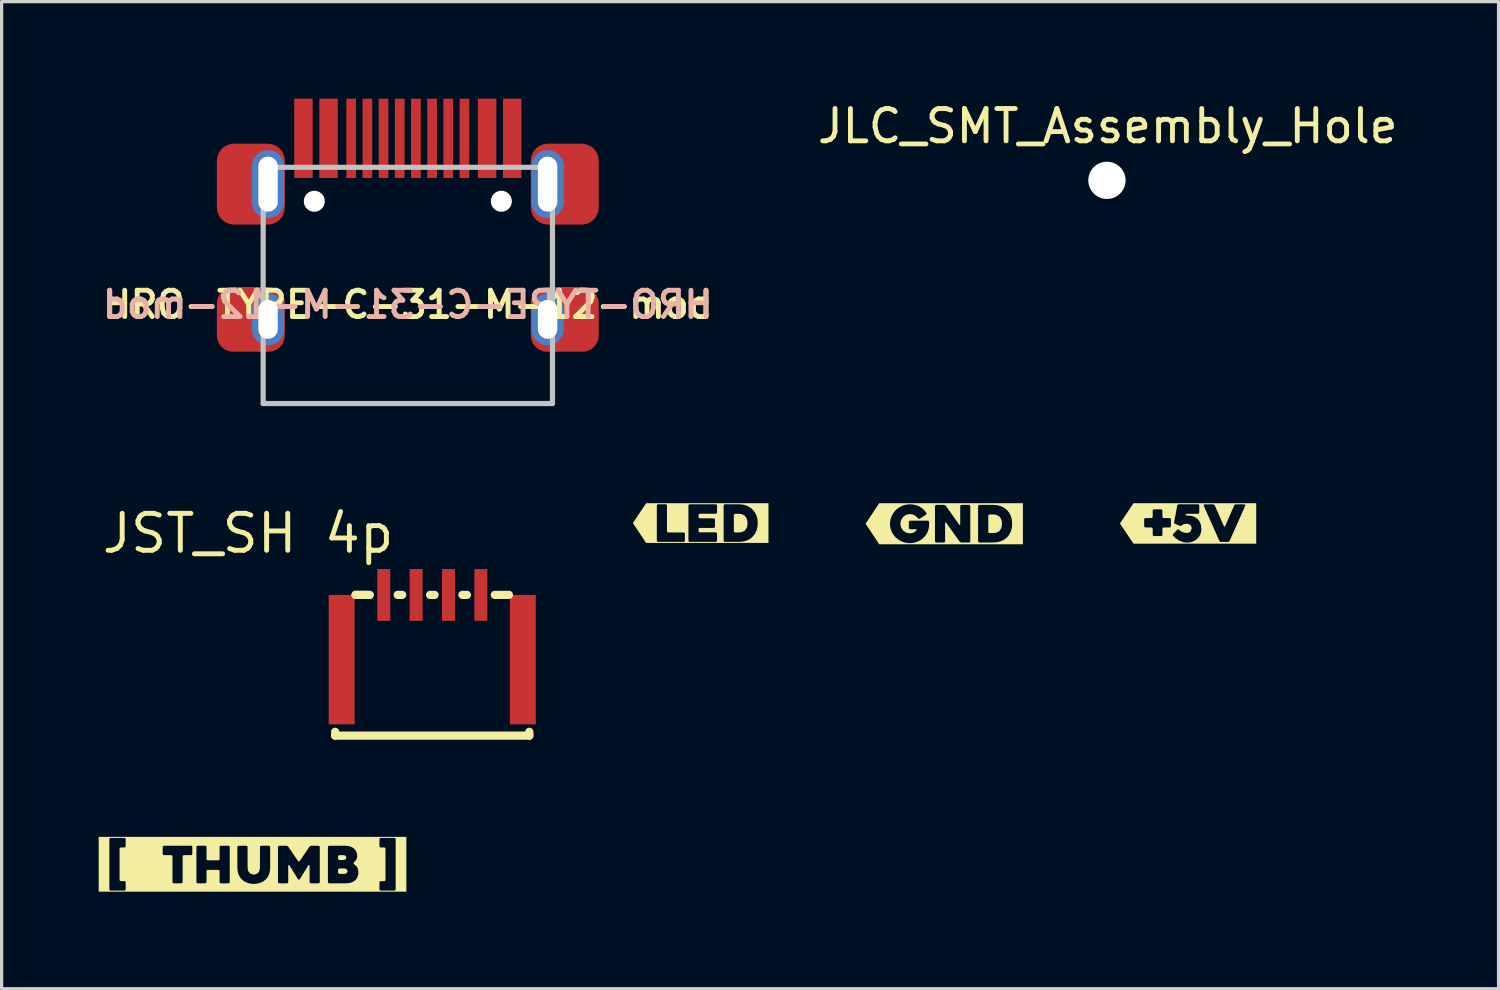
<source format=kicad_pcb>
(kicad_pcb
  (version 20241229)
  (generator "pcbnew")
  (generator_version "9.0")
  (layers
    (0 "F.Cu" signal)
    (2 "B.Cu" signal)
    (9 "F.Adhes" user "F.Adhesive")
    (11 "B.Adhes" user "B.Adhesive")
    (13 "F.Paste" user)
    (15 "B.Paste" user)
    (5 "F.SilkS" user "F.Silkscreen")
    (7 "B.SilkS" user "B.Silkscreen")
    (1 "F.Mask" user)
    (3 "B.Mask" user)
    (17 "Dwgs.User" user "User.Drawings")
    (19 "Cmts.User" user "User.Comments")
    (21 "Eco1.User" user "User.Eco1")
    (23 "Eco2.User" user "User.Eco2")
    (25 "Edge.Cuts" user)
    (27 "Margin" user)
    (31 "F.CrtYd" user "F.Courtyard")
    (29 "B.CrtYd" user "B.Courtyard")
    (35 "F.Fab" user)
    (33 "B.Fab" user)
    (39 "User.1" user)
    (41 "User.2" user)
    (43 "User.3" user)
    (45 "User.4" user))
  (footprint "kibuzzard-63106DCD"
    (layer "F.Cu")
    (at 4.754 23.659)
    (property "Reference" "kibuzzard-63106DCD" (at 0 -0.847 0) (layer "F.SilkS") (effects (font (size 0.001 0.001) (thickness 0.000003))))
    (attr board_only exclude_from_pos_files exclude_from_bom)
    (fp_poly (pts (xy 2.682 -0.133) (xy 2.83 -0.133) (xy 2.881 -0.157) (xy 2.9 -0.212) (xy 2.877 -0.261) (xy 2.833 -0.282) (xy 2.682 -0.282) (xy 2.655 -0.271) (xy 2.644 -0.244) (xy 2.644 -0.171) (xy 2.655 -0.144) (xy 2.682 -0.133)) (stroke (width 0) (type solid)) (fill yes) (layer "F.SilkS"))
    (fp_poly (pts (xy 2.849 0.129) (xy 2.682 0.129) (xy 2.655 0.14) (xy 2.644 0.167) (xy 2.644 0.258) (xy 2.655 0.285) (xy 2.682 0.296) (xy 2.86 0.296) (xy 2.914 0.272) (xy 2.939 0.217) (xy 2.915 0.159) (xy 2.849 0.129)) (stroke (width 0) (type solid)) (fill yes) (layer "F.SilkS"))
    (fp_poly (pts (xy -4.424 -0.847) (xy -4.412 -0.803) (xy -4.385 -0.814) (xy -3.958 -0.814) (xy -3.931 -0.803) (xy -3.92 -0.775) (xy -2.776 -0.32) (xy -2.776 -0.536) (xy -2.765 -0.563) (xy -2.738 -0.574) (xy -1.899 -0.574) (xy -1.872 -0.563) (xy -1.861 -0.536) (xy -1.861 -0.32) (xy -1.872 -0.293) (xy -1.899 -0.282) (xy -1.734 0.55) (xy -1.734 -0.536) (xy -1.724 -0.563) (xy -1.696 -0.574) (xy -1.46 -0.574) (xy -1.433 -0.563) (xy -1.422 -0.536) (xy -1.422 -0.16) (xy -1.411 -0.133) (xy -1.384 -0.121) (xy -1.056 -0.121) (xy -1.029 -0.133) (xy -1.018 -0.16) (xy -1.018 -0.536) (xy -1.008 -0.563) (xy -0.98 -0.574) (xy -0.742 -0.574) (xy -0.715 -0.563) (xy -0.704 -0.536) (xy -0.704 0.55) (xy -0.715 0.577) (xy -0.742 0.588) (xy -0.98 0.588) (xy -1.008 0.577) (xy -1.018 0.55) (xy -1.018 0.21) (xy -1.029 0.183) (xy -1.056 0.172) (xy -1.384 0.172) (xy -1.411 0.183) (xy -1.422 0.21) (xy -1.422 0.55) (xy -1.433 0.577) (xy -1.46 0.588) (xy -1.696 0.588) (xy -1.724 0.577) (xy -1.734 0.55) (xy -1.899 -0.282) (xy -2.122 -0.282) (xy -2.149 -0.271) (xy -2.16 -0.244) (xy -2.16 0.55) (xy -2.17 0.577) (xy -2.198 0.588) (xy -2.436 0.588) (xy -2.463 0.577) (xy -2.474 0.55) (xy -2.474 -0.244) (xy -2.484 -0.271) (xy -2.512 -0.282) (xy -2.738 -0.282) (xy -2.765 -0.293) (xy -2.776 -0.32) (xy -3.92 -0.775) (xy -3.92 -0.558) (xy -3.931 -0.531) (xy -3.958 -0.52) (xy -4.071 -0.52) (xy -4.098 -0.51) (xy -4.109 -0.482) (xy -4.109 0.483) (xy -4.098 0.51) (xy -4.071 0.521) (xy -3.958 0.521) (xy -3.931 0.532) (xy -3.92 0.56) (xy -3.92 0.775) (xy -3.931 0.802) (xy -3.958 0.814) (xy -4.385 0.814) (xy -4.412 0.802) (xy -4.424 0.775) (xy -4.424 -0.775) (xy -4.412 -0.803) (xy -4.424 -0.847) (xy -4.754 -0.847) (xy -4.754 0.847) (xy 3.922 0.775) (xy 3.922 0.56) (xy 3.933 0.532) (xy 3.96 0.521) (xy 4.071 0.521) (xy 4.098 0.51) (xy 4.109 0.483) (xy 4.109 -0.482) (xy 4.098 -0.51) (xy 4.071 -0.52) (xy 3.96 -0.52) (xy 3.933 -0.531) (xy 3.922 -0.558) (xy 3.922 -0.775) (xy 3.933 -0.803) (xy 3.96 -0.814) (xy 4.385 -0.814) (xy 4.412 -0.803) (xy 4.424 -0.775) (xy 4.424 0.775) (xy 4.412 0.802) (xy 4.385 0.814) (xy 3.96 0.814) (xy 3.933 0.802) (xy 3.922 0.775) (xy -4.754 0.847) (xy -4.424 0.847) (xy 4.424 0.847) (xy 4.754 0.847) (xy 4.754 -0.847) (xy 4.424 -0.847) (xy -0.164 -0.561) (xy -0.153 -0.534) (xy -0.153 0.109) (xy -0.133 0.211) (xy -0.084 0.275) (xy -0.021 0.307) (xy 0.039 0.317) (xy 0.099 0.307) (xy 0.161 0.275) (xy 0.21 0.211) (xy 0.229 0.109) (xy 0.229 -0.534) (xy 0.241 -0.561) (xy 0.267 -0.572) (xy 0.507 -0.572) (xy 0.534 -0.561) (xy 0.545 -0.534) (xy 0.787 0.55) (xy 0.787 -0.534) (xy 0.798 -0.561) (xy 0.825 -0.572) (xy 1.047 -0.572) (xy 1.08 -0.563) (xy 1.106 -0.541) (xy 1.41 -0.093) (xy 1.433 -0.08) (xy 1.453 -0.093) (xy 1.758 -0.541) (xy 1.785 -0.563) (xy 1.818 -0.572) (xy 2.041 -0.572) (xy 2.068 -0.561) (xy 2.079 -0.534) (xy 2.33 0.55) (xy 2.33 -0.536) (xy 2.341 -0.563) (xy 2.368 -0.574) (xy 2.847 -0.574) (xy 2.922 -0.57) (xy 2.993 -0.557) (xy 3.059 -0.535) (xy 3.116 -0.502) (xy 3.164 -0.459) (xy 3.202 -0.403) (xy 3.226 -0.335) (xy 3.235 -0.253) (xy 3.226 -0.187) (xy 3.199 -0.129) (xy 3.122 -0.047) (xy 3.125 -0.01) (xy 3.176 0.025) (xy 3.223 0.075) (xy 3.258 0.145) (xy 3.271 0.236) (xy 3.263 0.33) (xy 3.239 0.406) (xy 3.2 0.467) (xy 3.15 0.514) (xy 3.091 0.549) (xy 3.023 0.572) (xy 2.949 0.584) (xy 2.871 0.588) (xy 2.368 0.588) (xy 2.341 0.577) (xy 2.33 0.55) (xy 2.079 -0.534) (xy 2.079 0.55) (xy 2.068 0.577) (xy 2.041 0.588) (xy 1.801 0.588) (xy 1.774 0.577) (xy 1.763 0.55) (xy 1.763 0.039) (xy 1.749 0.021) (xy 1.725 0.033) (xy 1.458 0.463) (xy 1.433 0.475) (xy 1.406 0.463) (xy 1.139 0.033) (xy 1.117 0.021) (xy 1.103 0.039) (xy 1.103 0.55) (xy 1.091 0.577) (xy 1.064 0.588) (xy 0.825 0.588) (xy 0.798 0.577) (xy 0.787 0.55) (xy 0.545 -0.534) (xy 0.545 0.109) (xy 0.536 0.216) (xy 0.51 0.314) (xy 0.466 0.399) (xy 0.407 0.471) (xy 0.334 0.528) (xy 0.247 0.572) (xy 0.148 0.598) (xy 0.039 0.607) (xy -0.07 0.598) (xy -0.169 0.572) (xy -0.256 0.528) (xy -0.329 0.471) (xy -0.389 0.399) (xy -0.433 0.314) (xy -0.46 0.216) (xy -0.469 0.109) (xy -0.469 -0.534) (xy -0.458 -0.561) (xy -0.431 -0.572) (xy -0.191 -0.572) (xy -0.164 -0.561) (xy 4.424 -0.847) (xy -4.424 -0.847)) (stroke (width 0) (type solid)) (fill yes) (layer "F.SilkS")))
  (footprint "JST_SH 4p"
    (layer "F.Cu")
    (at 10.308 16.335)
    (property "Reference" "JST_SH 4p" (at -1.1 -2.9 180) (layer "F.SilkS") (effects (font (size 1.143 1.143) (thickness 0.152)) (justify right)))
    (attr smd)
    (fp_line (start -3 3.349) (end -3 3.23) (stroke (width 0.254) (type solid)) (layer "F.SilkS"))
    (fp_line (start -3 3.349) (end 3 3.349) (stroke (width 0.254) (type solid)) (layer "F.SilkS"))
    (fp_line (start -2.369 -1.001) (end -1.929 -1.001) (stroke (width 0.254) (type solid)) (layer "F.SilkS"))
    (fp_line (start -2 -1.001) (end -2.369 -1.001) (stroke (width 0.254) (type solid)) (layer "F.SilkS"))
    (fp_line (start -1.067 -1.001) (end -0.929 -1.001) (stroke (width 0.254) (type solid)) (layer "F.SilkS"))
    (fp_line (start -0.067 -1.001) (end 0.071 -1.001) (stroke (width 0.254) (type solid)) (layer "F.SilkS"))
    (fp_line (start 0.933 -1.001) (end 1.071 -1.001) (stroke (width 0.254) (type solid)) (layer "F.SilkS"))
    (fp_line (start 1.933 -1.001) (end 2.369 -1.001) (stroke (width 0.254) (type solid)) (layer "F.SilkS"))
    (fp_line (start 3 3.349) (end 3 3.23) (stroke (width 0.254) (type solid)) (layer "F.SilkS"))
    (pad "0" smd rect (at -2.8 0.999) (size 0.8 4) (layers "F.Cu" "F.Mask" "F.Paste"))
    (pad "0" smd rect (at 2.8 0.999) (size 0.8 4) (layers "F.Cu" "F.Mask" "F.Paste"))
    (pad "1" smd rect (at -1.498 -0.999) (size 0.4 1.6) (layers "F.Cu" "F.Mask" "F.Paste"))
    (pad "2" smd rect (at -0.498 -0.999) (size 0.4 1.6) (layers "F.Cu" "F.Mask" "F.Paste"))
    (pad "3" smd rect (at 0.502 -0.999) (size 0.4 1.6) (layers "F.Cu" "F.Mask" "F.Paste"))
    (pad "4" smd rect (at 1.502 -0.999) (size 0.4 1.6) (layers "F.Cu" "F.Mask" "F.Paste")))
  (footprint "JLC_SMT_Assembly_Hole"
    (layer "F.Cu")
    (at 31.183 0.348)
    (property "Reference" "JLC_SMT_Assembly_Hole" (at 0 0.5 0) (layer "F.SilkS") (effects (font (size 1 1) (thickness 0.15))))
    (attr through_hole)
    (pad "" np_thru_hole circle (at -0.025 2.175) (size 1.152 1.152) (drill 1.152) (layers "*.Cu" "*.Mask")))
  (footprint "kibuzzard-6310BE2F"
    (layer "F.Cu")
    (at 18.603 13.115)
    (property "Reference" "kibuzzard-6310BE2F" (at 0 -0.615 0) (layer "F.SilkS") (effects (font (size 0.001 0.001) (thickness 0.000003))))
    (attr board_only exclude_from_pos_files exclude_from_bom)
    (fp_poly (pts (xy 1.063 0.289) (xy 1.182 0.289) (xy 1.274 0.278) (xy 1.36 0.236) (xy 1.422 0.148) (xy 1.441 0.084) (xy 1.447 0.002) (xy 1.441 -0.08) (xy 1.422 -0.145) (xy 1.359 -0.233) (xy 1.273 -0.275) (xy 1.182 -0.286) (xy 1.063 -0.286) (xy 1.036 -0.275) (xy 1.025 -0.248) (xy 1.025 0.251) (xy 1.036 0.278) (xy 1.063 0.289)) (stroke (width 0) (type solid)) (fill yes) (layer "F.SilkS"))
    (fp_poly (pts (xy -1.355 -0.614) (xy -1.345 -0.57) (xy -1.317 -0.581) (xy -1.079 -0.581) (xy -1.052 -0.57) (xy -1.041 -0.543) (xy -1.041 0.251) (xy -1.03 0.278) (xy -1.003 0.289) (xy -0.525 0.289) (xy -0.498 0.3) (xy -0.487 0.327) (xy -0.379 0.543) (xy -0.379 -0.543) (xy -0.368 -0.57) (xy -0.341 -0.581) (xy 0.467 -0.581) (xy 0.494 -0.57) (xy 0.506 -0.543) (xy 0.506 -0.327) (xy 0.494 -0.3) (xy 0.467 -0.289) (xy -0.026 -0.289) (xy -0.053 -0.278) (xy -0.064 -0.251) (xy -0.064 -0.184) (xy -0.053 -0.157) (xy -0.026 -0.146) (xy 0.404 -0.146) (xy 0.431 -0.135) (xy 0.442 -0.108) (xy 0.442 0.111) (xy 0.431 0.138) (xy 0.404 0.149) (xy -0.026 0.149) (xy -0.053 0.16) (xy -0.064 0.187) (xy -0.064 0.248) (xy -0.053 0.275) (xy -0.026 0.286) (xy 0.467 0.286) (xy 0.494 0.297) (xy 0.506 0.324) (xy 0.506 0.543) (xy 0.71 0.543) (xy 0.71 -0.543) (xy 0.721 -0.57) (xy 0.748 -0.581) (xy 1.182 -0.581) (xy 1.301 -0.572) (xy 1.408 -0.545) (xy 1.505 -0.499) (xy 1.59 -0.435) (xy 1.665 -0.348) (xy 1.72 -0.246) (xy 1.753 -0.13) (xy 1.764 0) (xy 1.753 0.13) (xy 1.72 0.247) (xy 1.665 0.349) (xy 1.59 0.437) (xy 1.505 0.499) (xy 1.408 0.545) (xy 1.3 0.572) (xy 1.182 0.581) (xy 0.748 0.581) (xy 0.721 0.57) (xy 0.71 0.543) (xy 0.506 0.543) (xy 0.494 0.57) (xy 0.467 0.581) (xy -0.341 0.581) (xy -0.368 0.57) (xy -0.379 0.543) (xy -0.487 0.327) (xy -0.487 0.543) (xy -0.498 0.57) (xy -0.525 0.581) (xy -1.317 0.581) (xy -1.345 0.57) (xy -1.355 0.543) (xy -1.355 -0.543) (xy -1.345 -0.57) (xy -1.355 -0.614) (xy -1.686 -0.614) (xy -2.095 0) (xy -1.686 0.614) (xy -1.355 0.614) (xy 1.764 0.614) (xy 2.095 0.614) (xy 2.095 -0.614) (xy 1.764 -0.614) (xy -1.355 -0.614)) (stroke (width 0) (type solid)) (fill yes) (layer "F.SilkS")))
  (footprint "kibuzzard-6310BE55"
    (layer "F.Cu")
    (at 33.666 13.126)
    (property "Reference" "kibuzzard-6310BE55" (at 0 -0.626 0) (layer "F.SilkS") (effects (font (size 0.001 0.001) (thickness 0.000003))))
    (attr board_only exclude_from_pos_files exclude_from_bom)
    (fp_poly (pts (xy -1.358 -0.625) (xy -1.094 -0.205) (xy -1.094 -0.397) (xy -1.083 -0.425) (xy -1.056 -0.435) (xy -0.832 -0.435) (xy -0.804 -0.425) (xy -0.794 -0.397) (xy -0.794 -0.205) (xy -0.783 -0.178) (xy -0.756 -0.167) (xy -0.569 -0.167) (xy -0.541 -0.156) (xy -0.531 -0.129) (xy -0.531 0.086) (xy -0.541 0.113) (xy -0.569 0.124) (xy -0.756 0.124) (xy -0.783 0.134) (xy -0.794 0.162) (xy -0.462 0.329) (xy -0.332 0.191) (xy -0.308 0.18) (xy -0.281 0.192) (xy -0.246 0.224) (xy -0.194 0.257) (xy -0.127 0.283) (xy -0.046 0.294) (xy 0.021 0.284) (xy 0.071 0.254) (xy 0.112 0.154) (xy 0.104 0.106) (xy 0.08 0.062) (xy 0.035 0.026) (xy -0.034 0.008) (xy -0.131 0.02) (xy -0.196 0.06) (xy -0.227 0.075) (xy -0.259 0.071) (xy -0.402 0.016) (xy -0.427 -0.004) (xy -0.432 -0.035) (xy -0.335 -0.556) (xy -0.319 -0.582) (xy -0.291 -0.592) (xy 0.308 -0.592) (xy 0.335 -0.581) (xy 0.346 -0.554) (xy 0.346 -0.337) (xy 0.335 -0.31) (xy 0.308 -0.298) (xy -0.032 -0.298) (xy -0.06 -0.289) (xy -0.075 -0.267) (xy -0.069 -0.246) (xy -0.045 -0.241) (xy -0.024 -0.243) (xy -0.007 -0.243) (xy 0.116 -0.231) (xy 0.218 -0.193) (xy 0.301 -0.132) (xy 0.362 -0.048) (xy 0.399 0.057) (xy 0.411 0.181) (xy 0.402 0.266) (xy 0.376 0.347) (xy 0.333 0.42) (xy 0.274 0.484) (xy 0.21 0.529) (xy 0.136 0.564) (xy 0.965 0.537) (xy 0.485 -0.545) (xy 0.485 -0.576) (xy 0.512 -0.591) (xy 0.771 -0.591) (xy 0.802 -0.58) (xy 0.825 -0.556) (xy 1.105 0.083) (xy 1.125 0.097) (xy 1.146 0.083) (xy 1.424 -0.556) (xy 1.447 -0.58) (xy 1.478 -0.591) (xy 1.741 -0.591) (xy 1.767 -0.577) (xy 1.768 -0.551) (xy 1.284 0.537) (xy 1.261 0.561) (xy 1.23 0.572) (xy 1.019 0.572) (xy 0.988 0.561) (xy 0.965 0.537) (xy 0.136 0.564) (xy 0.057 0.585) (xy -0.026 0.592) (xy -0.099 0.588) (xy -0.165 0.574) (xy -0.282 0.526) (xy -0.379 0.46) (xy -0.461 0.384) (xy -0.473 0.357) (xy -0.462 0.329) (xy -0.794 0.162) (xy -0.794 0.352) (xy -0.804 0.379) (xy -0.832 0.391) (xy -1.056 0.391) (xy -1.083 0.379) (xy -1.094 0.352) (xy -1.094 0.162) (xy -1.104 0.134) (xy -1.132 0.124) (xy -1.318 0.124) (xy -1.347 0.113) (xy -1.358 0.086) (xy -1.358 -0.129) (xy -1.347 -0.156) (xy -1.318 -0.167) (xy -1.132 -0.167) (xy -1.104 -0.178) (xy -1.094 -0.205) (xy -1.358 -0.625) (xy -1.688 -0.625) (xy -2.105 0) (xy -1.688 0.625) (xy -1.358 0.625) (xy 1.774 0.625) (xy 2.105 0.625) (xy 2.105 -0.625) (xy 1.774 -0.625) (xy -1.358 -0.625)) (stroke (width 0) (type solid)) (fill yes) (layer "F.SilkS")))
  (footprint "kibuzzard-6310BE48"
    (layer "F.Cu")
    (at 26.13 13.135)
    (property "Reference" "kibuzzard-6310BE48" (at 0 -0.634 0) (layer "F.SilkS") (effects (font (size 0.001 0.001) (thickness 0.000003))))
    (attr board_only exclude_from_pos_files exclude_from_bom)
    (fp_poly (pts (xy 1.399 0.288) (xy 1.518 0.288) (xy 1.61 0.277) (xy 1.696 0.235) (xy 1.758 0.148) (xy 1.777 0.083) (xy 1.783 0.001) (xy 1.777 -0.081) (xy 1.758 -0.146) (xy 1.695 -0.233) (xy 1.609 -0.275) (xy 1.518 -0.287) (xy 1.399 -0.287) (xy 1.372 -0.275) (xy 1.361 -0.248) (xy 1.361 0.25) (xy 1.372 0.277) (xy 1.399 0.288)) (stroke (width 0) (type solid)) (fill yes) (layer "F.SilkS"))
    (fp_poly (pts (xy -1.678 -0.634) (xy -1.572 -0.335) (xy -1.498 -0.424) (xy -1.407 -0.497) (xy -1.303 -0.553) (xy -1.188 -0.589) (xy -1.065 -0.601) (xy -0.954 -0.593) (xy -0.852 -0.569) (xy -0.761 -0.529) (xy -0.68 -0.476) (xy -0.61 -0.41) (xy -0.551 -0.333) (xy -0.286 0.542) (xy -0.286 -0.544) (xy -0.274 -0.571) (xy -0.247 -0.582) (xy -0.009 -0.582) (xy 0.024 -0.573) (xy 0.051 -0.552) (xy 0.464 0.031) (xy 0.484 0.042) (xy 0.494 0.025) (xy 0.494 -0.544) (xy 0.505 -0.571) (xy 0.532 -0.582) (xy 0.767 -0.582) (xy 0.794 -0.571) (xy 0.805 -0.544) (xy 0.805 0.542) (xy 1.046 0.542) (xy 1.046 -0.544) (xy 1.057 -0.571) (xy 1.084 -0.582) (xy 1.518 -0.582) (xy 1.637 -0.573) (xy 1.744 -0.545) (xy 1.841 -0.5) (xy 1.926 -0.436) (xy 2.001 -0.349) (xy 2.056 -0.247) (xy 2.089 -0.131) (xy 2.1 -0.001) (xy 2.089 0.129) (xy 2.056 0.246) (xy 2.001 0.349) (xy 1.926 0.436) (xy 1.841 0.498) (xy 1.744 0.544) (xy 1.636 0.571) (xy 1.518 0.58) (xy 1.084 0.58) (xy 1.057 0.569) (xy 1.046 0.542) (xy 0.805 0.542) (xy 0.794 0.569) (xy 0.767 0.58) (xy 0.532 0.58) (xy 0.499 0.571) (xy 0.472 0.548) (xy 0.057 -0.034) (xy 0.037 -0.044) (xy 0.027 -0.026) (xy 0.027 0.542) (xy 0.016 0.569) (xy -0.011 0.58) (xy -0.247 0.58) (xy -0.274 0.569) (xy -0.286 0.542) (xy -0.551 -0.333) (xy -0.547 -0.303) (xy -0.563 -0.279) (xy -0.754 -0.156) (xy -0.782 -0.151) (xy -0.809 -0.166) (xy -0.862 -0.22) (xy -0.92 -0.263) (xy -0.987 -0.29) (xy -1.065 -0.299) (xy -1.179 -0.275) (xy -1.271 -0.209) (xy -1.334 -0.113) (xy -1.357 0.001) (xy -1.334 0.115) (xy -1.271 0.21) (xy -1.179 0.275) (xy -1.065 0.299) (xy -0.946 0.277) (xy -0.852 0.204) (xy -0.851 0.181) (xy -0.873 0.171) (xy -1.056 0.171) (xy -1.082 0.16) (xy -1.094 0.133) (xy -1.094 -0.056) (xy -1.082 -0.083) (xy -1.056 -0.094) (xy -0.509 -0.094) (xy -0.482 -0.084) (xy -0.468 -0.056) (xy -0.465 0.01) (xy -0.47 0.09) (xy -0.491 0.195) (xy -0.532 0.293) (xy -0.59 0.38) (xy -0.663 0.455) (xy -0.749 0.516) (xy -0.846 0.562) (xy -0.952 0.591) (xy -1.065 0.601) (xy -1.188 0.589) (xy -1.303 0.553) (xy -1.407 0.497) (xy -1.498 0.425) (xy -1.572 0.337) (xy -1.629 0.234) (xy -1.666 0.121) (xy -1.678 0.001) (xy -1.666 -0.119) (xy -1.629 -0.233) (xy -1.572 -0.335) (xy -1.678 -0.634) (xy -2.009 -0.634) (xy -2.431 0) (xy -2.009 0.634) (xy -1.678 0.634) (xy 2.1 0.634) (xy 2.431 0.634) (xy 2.431 -0.634) (xy 2.1 -0.634) (xy -1.678 -0.634)) (stroke (width 0) (type solid)) (fill yes) (layer "F.SilkS")))
  (footprint "HRO-TYPE-C-31-M-12-mod"
    (layer "F.Cu")
    (at 9.553 5.42)
    (property "Reference" "HRO-TYPE-C-31-M-12-mod" (at 0 0.944 180) (layer "F.SilkS") (effects (font (size 0.813 0.813) (thickness 0.152))))
    (attr smd)
    (fp_line (start -4.47 -3.3) (end 4.47 -3.3) (stroke (width 0.16) (type solid)) (layer "Dwgs.User"))
    (fp_line (start -4.47 4) (end -4.47 -3.3) (stroke (width 0.16) (type solid)) (layer "Dwgs.User"))
    (fp_line (start -4.47 4) (end 4.47 4) (stroke (width 0.16) (type solid)) (layer "Dwgs.User"))
    (fp_line (start 4.47 4) (end 4.47 -3.3) (stroke (width 0.16) (type solid)) (layer "Dwgs.User"))
    (fp_text user "${REFERENCE}" (at 0 0.944 180) (layer "B.SilkS") (effects (font (size 0.813 0.813) (thickness 0.152)) (justify mirror)))
    (pad "" np_thru_hole circle (at -2.89 -2.25) (size 0.65 0.65) (drill 0.65) (layers "*.Cu" "*.Mask"))
    (pad "" np_thru_hole circle (at 2.89 -2.25) (size 0.65 0.65) (drill 0.65) (layers "*.Cu" "*.Mask"))
    (pad "A1" smd rect (at -3.225 -4.195) (size 0.57 2.45) (layers "F.Cu" "F.Mask" "F.Paste"))
    (pad "A4" smd rect (at -2.45 -4.195) (size 0.57 2.45) (layers "F.Cu" "F.Mask" "F.Paste"))
    (pad "A5" smd rect (at -1.25 -4.195) (size 0.3 2.45) (layers "F.Cu" "F.Mask" "F.Paste"))
    (pad "A6" smd rect (at -0.25 -4.195) (size 0.3 2.45) (layers "F.Cu" "F.Mask" "F.Paste"))
    (pad "A7" smd rect (at 0.25 -4.195) (size 0.3 2.45) (layers "F.Cu" "F.Mask" "F.Paste"))
    (pad "A8" smd rect (at 1.25 -4.195) (size 0.3 2.45) (layers "F.Cu" "F.Mask" "F.Paste"))
    (pad "B1" smd rect (at 3.225 -4.195) (size 0.57 2.45) (layers "F.Cu" "F.Mask" "F.Paste"))
    (pad "B4" smd rect (at 2.45 -4.195) (size 0.57 2.45) (layers "F.Cu" "F.Mask" "F.Paste"))
    (pad "B5" smd rect (at 1.75 -4.195) (size 0.3 2.45) (layers "F.Cu" "F.Mask" "F.Paste"))
    (pad "B6" smd rect (at 0.75 -4.195) (size 0.3 2.45) (layers "F.Cu" "F.Mask" "F.Paste"))
    (pad "B7" smd rect (at -0.75 -4.195) (size 0.3 2.45) (layers "F.Cu" "F.Mask" "F.Paste"))
    (pad "B8" smd rect (at -1.75 -4.195) (size 0.3 2.45) (layers "F.Cu" "F.Mask" "F.Paste"))
    (pad "S1" smd roundrect (at -4.85 -2.78) (size 2.1 2.5) (layers "F.Cu" "F.Mask") (roundrect_rratio 0.25))
    (pad "S1" smd roundrect (at -4.85 1.4) (size 2.1 2) (layers "F.Cu" "F.Mask") (roundrect_rratio 0.25))
    (pad "S1" thru_hole oval (at -4.32 -2.78) (size 1 2.1) (drill oval 0.6 1.7) (layers "*.Cu" "*.Mask"))
    (pad "S1" thru_hole oval (at -4.32 1.4) (size 1 1.6) (drill oval 0.6 1.2) (layers "*.Cu" "*.Mask"))
    (pad "S1" thru_hole oval (at 4.32 -2.78) (size 1 2.1) (drill oval 0.6 1.7) (layers "*.Cu" "*.Mask"))
    (pad "S1" thru_hole oval (at 4.32 1.4) (size 1 1.6) (drill oval 0.6 1.2) (layers "*.Cu" "*.Mask"))
    (pad "S1" smd roundrect (at 4.85 -2.78) (size 2.1 2.5) (layers "F.Cu" "F.Mask") (roundrect_rratio 0.25))
    (pad "S1" smd roundrect (at 4.85 1.4) (size 2.1 2) (layers "F.Cu" "F.Mask") (roundrect_rratio 0.25)))
  (gr_rect
    (start -3 -3)
    (end 43.26 27.506)
    (stroke (width 0.1) (type default))
    (fill no)
    (layer "Edge.Cuts")))
</source>
